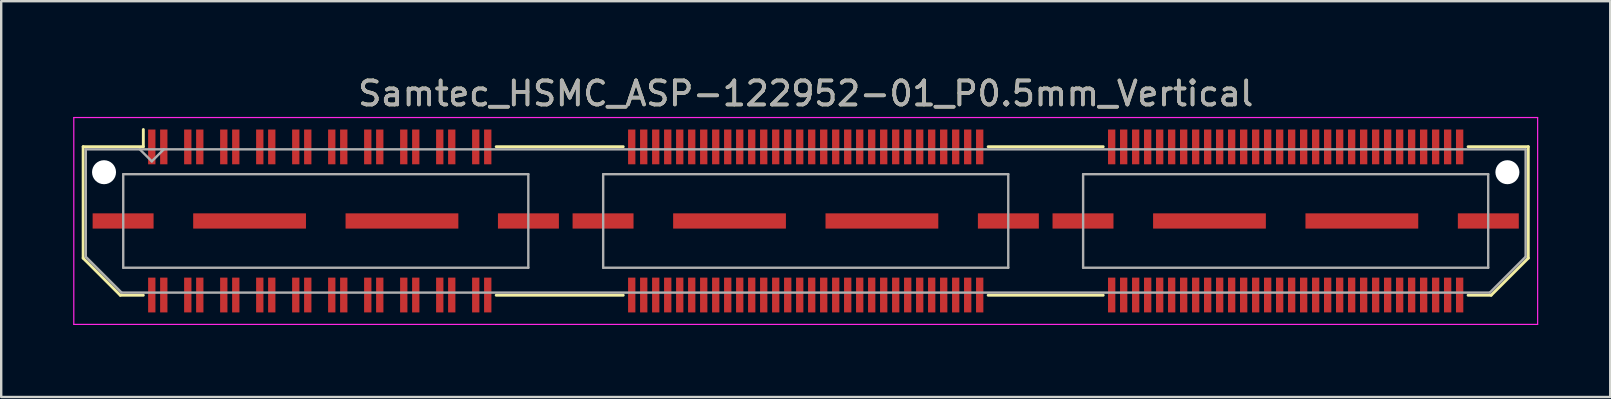
<source format=kicad_pcb>
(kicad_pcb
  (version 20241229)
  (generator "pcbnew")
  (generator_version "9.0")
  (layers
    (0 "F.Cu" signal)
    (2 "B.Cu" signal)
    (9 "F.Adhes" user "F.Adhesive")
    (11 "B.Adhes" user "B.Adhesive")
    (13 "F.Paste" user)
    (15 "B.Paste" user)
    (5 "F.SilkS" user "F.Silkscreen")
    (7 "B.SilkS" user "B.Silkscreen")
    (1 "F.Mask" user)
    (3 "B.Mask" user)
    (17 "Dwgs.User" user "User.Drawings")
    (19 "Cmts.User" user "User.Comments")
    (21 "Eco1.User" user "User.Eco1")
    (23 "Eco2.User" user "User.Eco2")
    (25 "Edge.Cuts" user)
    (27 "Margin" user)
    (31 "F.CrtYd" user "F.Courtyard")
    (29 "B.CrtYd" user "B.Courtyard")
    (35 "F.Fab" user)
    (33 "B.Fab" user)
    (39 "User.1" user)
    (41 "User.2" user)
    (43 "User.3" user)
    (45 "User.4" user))
  (footprint "Samtec_HSMC_ASP-122952-01_P0.5mm_Vertical"
    (layer "F.Cu")
    (at 30.525 6.158)
    (property "Reference" "Samtec_HSMC_ASP-122952-01_P0.5mm_Vertical" (at 0 -5.31 0) (layer "F.SilkS") (effects (font (size 1 1) (thickness 0.15))))
    (attr smd)
    (fp_line (start -30.11 -3.095) (end -30.11 1.548) (stroke (width 0.12) (type solid)) (layer "F.SilkS"))
    (fp_line (start -30.11 1.548) (end -28.562 3.095) (stroke (width 0.12) (type solid)) (layer "F.SilkS"))
    (fp_line (start -28.562 3.095) (end -27.602 3.095) (stroke (width 0.12) (type solid)) (layer "F.SilkS"))
    (fp_line (start -27.602 -3.811) (end -27.602 -3.095) (stroke (width 0.12) (type solid)) (layer "F.SilkS"))
    (fp_line (start -27.602 -3.095) (end -30.11 -3.095) (stroke (width 0.12) (type solid)) (layer "F.SilkS"))
    (fp_line (start -12.898 -3.095) (end -7.603 -3.095) (stroke (width 0.12) (type solid)) (layer "F.SilkS"))
    (fp_line (start -12.898 3.095) (end -7.603 3.095) (stroke (width 0.12) (type solid)) (layer "F.SilkS"))
    (fp_line (start 7.603 -3.095) (end 12.398 -3.095) (stroke (width 0.12) (type solid)) (layer "F.SilkS"))
    (fp_line (start 7.603 3.095) (end 12.398 3.095) (stroke (width 0.12) (type solid)) (layer "F.SilkS"))
    (fp_line (start 27.602 -3.095) (end 30.11 -3.095) (stroke (width 0.12) (type solid)) (layer "F.SilkS"))
    (fp_line (start 28.562 3.095) (end 27.602 3.095) (stroke (width 0.12) (type solid)) (layer "F.SilkS"))
    (fp_line (start 30.11 -3.095) (end 30.11 1.548) (stroke (width 0.12) (type solid)) (layer "F.SilkS"))
    (fp_line (start 30.11 1.548) (end 28.562 3.095) (stroke (width 0.12) (type solid)) (layer "F.SilkS"))
    (fp_line (start -30.5 -4.31) (end -30.5 4.31) (stroke (width 0.05) (type solid)) (layer "F.CrtYd"))
    (fp_line (start -30.5 4.31) (end 30.5 4.31) (stroke (width 0.05) (type solid)) (layer "F.CrtYd"))
    (fp_line (start 30.5 -4.31) (end -30.5 -4.31) (stroke (width 0.05) (type solid)) (layer "F.CrtYd"))
    (fp_line (start 30.5 4.31) (end 30.5 -4.31) (stroke (width 0.05) (type solid)) (layer "F.CrtYd"))
    (fp_line (start -30 -2.985) (end -30 1.492) (stroke (width 0.1) (type solid)) (layer "F.Fab"))
    (fp_line (start -30 -2.985) (end 30 -2.985) (stroke (width 0.1) (type solid)) (layer "F.Fab"))
    (fp_line (start -30 1.492) (end -28.508 2.985) (stroke (width 0.1) (type solid)) (layer "F.Fab"))
    (fp_line (start -28.508 2.985) (end 28.508 2.985) (stroke (width 0.1) (type solid)) (layer "F.Fab"))
    (fp_line (start -28.44 -1.95) (end -28.44 1.95) (stroke (width 0.1) (type solid)) (layer "F.Fab"))
    (fp_line (start -28.44 1.95) (end -11.56 1.95) (stroke (width 0.1) (type solid)) (layer "F.Fab"))
    (fp_line (start -27.25 -2.485) (end -27.75 -2.985) (stroke (width 0.1) (type solid)) (layer "F.Fab"))
    (fp_line (start -26.75 -2.985) (end -27.25 -2.485) (stroke (width 0.1) (type solid)) (layer "F.Fab"))
    (fp_line (start -11.56 -1.95) (end -28.44 -1.95) (stroke (width 0.1) (type solid)) (layer "F.Fab"))
    (fp_line (start -11.56 1.95) (end -11.56 -1.95) (stroke (width 0.1) (type solid)) (layer "F.Fab"))
    (fp_line (start -8.44 -1.95) (end -8.44 1.95) (stroke (width 0.1) (type solid)) (layer "F.Fab"))
    (fp_line (start -8.44 1.95) (end 8.44 1.95) (stroke (width 0.1) (type solid)) (layer "F.Fab"))
    (fp_line (start 8.44 -1.95) (end -8.44 -1.95) (stroke (width 0.1) (type solid)) (layer "F.Fab"))
    (fp_line (start 8.44 1.95) (end 8.44 -1.95) (stroke (width 0.1) (type solid)) (layer "F.Fab"))
    (fp_line (start 11.56 -1.95) (end 11.56 1.95) (stroke (width 0.1) (type solid)) (layer "F.Fab"))
    (fp_line (start 11.56 1.95) (end 28.44 1.95) (stroke (width 0.1) (type solid)) (layer "F.Fab"))
    (fp_line (start 28.44 -1.95) (end 11.56 -1.95) (stroke (width 0.1) (type solid)) (layer "F.Fab"))
    (fp_line (start 28.44 1.95) (end 28.44 -1.95) (stroke (width 0.1) (type solid)) (layer "F.Fab"))
    (fp_line (start 30 -2.985) (end 30 1.492) (stroke (width 0.1) (type solid)) (layer "F.Fab"))
    (fp_line (start 30 1.492) (end 28.508 2.985) (stroke (width 0.1) (type solid)) (layer "F.Fab"))
    (fp_text user "${REFERENCE}" (at 0 -5.31 0) (layer "F.Fab") (effects (font (size 1 1) (thickness 0.15))))
    (pad "" np_thru_hole circle (at -29.24 -2.032) (size 1 1) (drill 1) (layers "*.Cu" "*.Mask"))
    (pad "" np_thru_hole circle (at 29.24 -2.032) (size 1 1) (drill 1) (layers "*.Cu" "*.Mask"))
    (pad "1" smd rect (at -27.25 -3.086) (size 0.305 1.45) (layers "F.Cu" "F.Mask" "F.Paste"))
    (pad "2" smd rect (at -27.25 3.086) (size 0.305 1.45) (layers "F.Cu" "F.Mask" "F.Paste"))
    (pad "3" smd rect (at -26.75 -3.086) (size 0.305 1.45) (layers "F.Cu" "F.Mask" "F.Paste"))
    (pad "4" smd rect (at -26.75 3.086) (size 0.305 1.45) (layers "F.Cu" "F.Mask" "F.Paste"))
    (pad "5" smd rect (at -25.75 -3.086) (size 0.305 1.45) (layers "F.Cu" "F.Mask" "F.Paste"))
    (pad "6" smd rect (at -25.75 3.086) (size 0.305 1.45) (layers "F.Cu" "F.Mask" "F.Paste"))
    (pad "7" smd rect (at -25.25 -3.086) (size 0.305 1.45) (layers "F.Cu" "F.Mask" "F.Paste"))
    (pad "8" smd rect (at -25.25 3.086) (size 0.305 1.45) (layers "F.Cu" "F.Mask" "F.Paste"))
    (pad "9" smd rect (at -24.25 -3.086) (size 0.305 1.45) (layers "F.Cu" "F.Mask" "F.Paste"))
    (pad "10" smd rect (at -24.25 3.086) (size 0.305 1.45) (layers "F.Cu" "F.Mask" "F.Paste"))
    (pad "11" smd rect (at -23.75 -3.086) (size 0.305 1.45) (layers "F.Cu" "F.Mask" "F.Paste"))
    (pad "12" smd rect (at -23.75 3.086) (size 0.305 1.45) (layers "F.Cu" "F.Mask" "F.Paste"))
    (pad "13" smd rect (at -22.75 -3.086) (size 0.305 1.45) (layers "F.Cu" "F.Mask" "F.Paste"))
    (pad "14" smd rect (at -22.75 3.086) (size 0.305 1.45) (layers "F.Cu" "F.Mask" "F.Paste"))
    (pad "15" smd rect (at -22.25 -3.086) (size 0.305 1.45) (layers "F.Cu" "F.Mask" "F.Paste"))
    (pad "16" smd rect (at -22.25 3.086) (size 0.305 1.45) (layers "F.Cu" "F.Mask" "F.Paste"))
    (pad "17" smd rect (at -21.25 -3.086) (size 0.305 1.45) (layers "F.Cu" "F.Mask" "F.Paste"))
    (pad "18" smd rect (at -21.25 3.086) (size 0.305 1.45) (layers "F.Cu" "F.Mask" "F.Paste"))
    (pad "19" smd rect (at -20.75 -3.086) (size 0.305 1.45) (layers "F.Cu" "F.Mask" "F.Paste"))
    (pad "20" smd rect (at -20.75 3.086) (size 0.305 1.45) (layers "F.Cu" "F.Mask" "F.Paste"))
    (pad "21" smd rect (at -19.75 -3.086) (size 0.305 1.45) (layers "F.Cu" "F.Mask" "F.Paste"))
    (pad "22" smd rect (at -19.75 3.086) (size 0.305 1.45) (layers "F.Cu" "F.Mask" "F.Paste"))
    (pad "23" smd rect (at -19.25 -3.086) (size 0.305 1.45) (layers "F.Cu" "F.Mask" "F.Paste"))
    (pad "24" smd rect (at -19.25 3.086) (size 0.305 1.45) (layers "F.Cu" "F.Mask" "F.Paste"))
    (pad "25" smd rect (at -18.25 -3.086) (size 0.305 1.45) (layers "F.Cu" "F.Mask" "F.Paste"))
    (pad "26" smd rect (at -18.25 3.086) (size 0.305 1.45) (layers "F.Cu" "F.Mask" "F.Paste"))
    (pad "27" smd rect (at -17.75 -3.086) (size 0.305 1.45) (layers "F.Cu" "F.Mask" "F.Paste"))
    (pad "28" smd rect (at -17.75 3.086) (size 0.305 1.45) (layers "F.Cu" "F.Mask" "F.Paste"))
    (pad "29" smd rect (at -16.75 -3.086) (size 0.305 1.45) (layers "F.Cu" "F.Mask" "F.Paste"))
    (pad "30" smd rect (at -16.75 3.086) (size 0.305 1.45) (layers "F.Cu" "F.Mask" "F.Paste"))
    (pad "31" smd rect (at -16.25 -3.086) (size 0.305 1.45) (layers "F.Cu" "F.Mask" "F.Paste"))
    (pad "32" smd rect (at -16.25 3.086) (size 0.305 1.45) (layers "F.Cu" "F.Mask" "F.Paste"))
    (pad "33" smd rect (at -15.25 -3.086) (size 0.305 1.45) (layers "F.Cu" "F.Mask" "F.Paste"))
    (pad "34" smd rect (at -15.25 3.086) (size 0.305 1.45) (layers "F.Cu" "F.Mask" "F.Paste"))
    (pad "35" smd rect (at -14.75 -3.086) (size 0.305 1.45) (layers "F.Cu" "F.Mask" "F.Paste"))
    (pad "36" smd rect (at -14.75 3.086) (size 0.305 1.45) (layers "F.Cu" "F.Mask" "F.Paste"))
    (pad "37" smd rect (at -13.75 -3.086) (size 0.305 1.45) (layers "F.Cu" "F.Mask" "F.Paste"))
    (pad "38" smd rect (at -13.75 3.086) (size 0.305 1.45) (layers "F.Cu" "F.Mask" "F.Paste"))
    (pad "39" smd rect (at -13.25 -3.086) (size 0.305 1.45) (layers "F.Cu" "F.Mask" "F.Paste"))
    (pad "40" smd rect (at -13.25 3.086) (size 0.305 1.45) (layers "F.Cu" "F.Mask" "F.Paste"))
    (pad "41" smd rect (at -7.25 -3.086) (size 0.305 1.45) (layers "F.Cu" "F.Mask" "F.Paste"))
    (pad "42" smd rect (at -7.25 3.086) (size 0.305 1.45) (layers "F.Cu" "F.Mask" "F.Paste"))
    (pad "43" smd rect (at -6.75 -3.086) (size 0.305 1.45) (layers "F.Cu" "F.Mask" "F.Paste"))
    (pad "44" smd rect (at -6.75 3.086) (size 0.305 1.45) (layers "F.Cu" "F.Mask" "F.Paste"))
    (pad "45" smd rect (at -6.25 -3.086) (size 0.305 1.45) (layers "F.Cu" "F.Mask" "F.Paste"))
    (pad "46" smd rect (at -6.25 3.086) (size 0.305 1.45) (layers "F.Cu" "F.Mask" "F.Paste"))
    (pad "47" smd rect (at -5.75 -3.086) (size 0.305 1.45) (layers "F.Cu" "F.Mask" "F.Paste"))
    (pad "48" smd rect (at -5.75 3.086) (size 0.305 1.45) (layers "F.Cu" "F.Mask" "F.Paste"))
    (pad "49" smd rect (at -5.25 -3.086) (size 0.305 1.45) (layers "F.Cu" "F.Mask" "F.Paste"))
    (pad "50" smd rect (at -5.25 3.086) (size 0.305 1.45) (layers "F.Cu" "F.Mask" "F.Paste"))
    (pad "51" smd rect (at -4.75 -3.086) (size 0.305 1.45) (layers "F.Cu" "F.Mask" "F.Paste"))
    (pad "52" smd rect (at -4.75 3.086) (size 0.305 1.45) (layers "F.Cu" "F.Mask" "F.Paste"))
    (pad "53" smd rect (at -4.25 -3.086) (size 0.305 1.45) (layers "F.Cu" "F.Mask" "F.Paste"))
    (pad "54" smd rect (at -4.25 3.086) (size 0.305 1.45) (layers "F.Cu" "F.Mask" "F.Paste"))
    (pad "55" smd rect (at -3.75 -3.086) (size 0.305 1.45) (layers "F.Cu" "F.Mask" "F.Paste"))
    (pad "56" smd rect (at -3.75 3.086) (size 0.305 1.45) (layers "F.Cu" "F.Mask" "F.Paste"))
    (pad "57" smd rect (at -3.25 -3.086) (size 0.305 1.45) (layers "F.Cu" "F.Mask" "F.Paste"))
    (pad "58" smd rect (at -3.25 3.086) (size 0.305 1.45) (layers "F.Cu" "F.Mask" "F.Paste"))
    (pad "59" smd rect (at -2.75 -3.086) (size 0.305 1.45) (layers "F.Cu" "F.Mask" "F.Paste"))
    (pad "60" smd rect (at -2.75 3.086) (size 0.305 1.45) (layers "F.Cu" "F.Mask" "F.Paste"))
    (pad "61" smd rect (at -2.25 -3.086) (size 0.305 1.45) (layers "F.Cu" "F.Mask" "F.Paste"))
    (pad "62" smd rect (at -2.25 3.086) (size 0.305 1.45) (layers "F.Cu" "F.Mask" "F.Paste"))
    (pad "63" smd rect (at -1.75 -3.086) (size 0.305 1.45) (layers "F.Cu" "F.Mask" "F.Paste"))
    (pad "64" smd rect (at -1.75 3.086) (size 0.305 1.45) (layers "F.Cu" "F.Mask" "F.Paste"))
    (pad "65" smd rect (at -1.25 -3.086) (size 0.305 1.45) (layers "F.Cu" "F.Mask" "F.Paste"))
    (pad "66" smd rect (at -1.25 3.086) (size 0.305 1.45) (layers "F.Cu" "F.Mask" "F.Paste"))
    (pad "67" smd rect (at -0.75 -3.086) (size 0.305 1.45) (layers "F.Cu" "F.Mask" "F.Paste"))
    (pad "68" smd rect (at -0.75 3.086) (size 0.305 1.45) (layers "F.Cu" "F.Mask" "F.Paste"))
    (pad "69" smd rect (at -0.25 -3.086) (size 0.305 1.45) (layers "F.Cu" "F.Mask" "F.Paste"))
    (pad "70" smd rect (at -0.25 3.086) (size 0.305 1.45) (layers "F.Cu" "F.Mask" "F.Paste"))
    (pad "71" smd rect (at 0.25 -3.086) (size 0.305 1.45) (layers "F.Cu" "F.Mask" "F.Paste"))
    (pad "72" smd rect (at 0.25 3.086) (size 0.305 1.45) (layers "F.Cu" "F.Mask" "F.Paste"))
    (pad "73" smd rect (at 0.75 -3.086) (size 0.305 1.45) (layers "F.Cu" "F.Mask" "F.Paste"))
    (pad "74" smd rect (at 0.75 3.086) (size 0.305 1.45) (layers "F.Cu" "F.Mask" "F.Paste"))
    (pad "75" smd rect (at 1.25 -3.086) (size 0.305 1.45) (layers "F.Cu" "F.Mask" "F.Paste"))
    (pad "76" smd rect (at 1.25 3.086) (size 0.305 1.45) (layers "F.Cu" "F.Mask" "F.Paste"))
    (pad "77" smd rect (at 1.75 -3.086) (size 0.305 1.45) (layers "F.Cu" "F.Mask" "F.Paste"))
    (pad "78" smd rect (at 1.75 3.086) (size 0.305 1.45) (layers "F.Cu" "F.Mask" "F.Paste"))
    (pad "79" smd rect (at 2.25 -3.086) (size 0.305 1.45) (layers "F.Cu" "F.Mask" "F.Paste"))
    (pad "80" smd rect (at 2.25 3.086) (size 0.305 1.45) (layers "F.Cu" "F.Mask" "F.Paste"))
    (pad "81" smd rect (at 2.75 -3.086) (size 0.305 1.45) (layers "F.Cu" "F.Mask" "F.Paste"))
    (pad "82" smd rect (at 2.75 3.086) (size 0.305 1.45) (layers "F.Cu" "F.Mask" "F.Paste"))
    (pad "83" smd rect (at 3.25 -3.086) (size 0.305 1.45) (layers "F.Cu" "F.Mask" "F.Paste"))
    (pad "84" smd rect (at 3.25 3.086) (size 0.305 1.45) (layers "F.Cu" "F.Mask" "F.Paste"))
    (pad "85" smd rect (at 3.75 -3.086) (size 0.305 1.45) (layers "F.Cu" "F.Mask" "F.Paste"))
    (pad "86" smd rect (at 3.75 3.086) (size 0.305 1.45) (layers "F.Cu" "F.Mask" "F.Paste"))
    (pad "87" smd rect (at 4.25 -3.086) (size 0.305 1.45) (layers "F.Cu" "F.Mask" "F.Paste"))
    (pad "88" smd rect (at 4.25 3.086) (size 0.305 1.45) (layers "F.Cu" "F.Mask" "F.Paste"))
    (pad "89" smd rect (at 4.75 -3.086) (size 0.305 1.45) (layers "F.Cu" "F.Mask" "F.Paste"))
    (pad "90" smd rect (at 4.75 3.086) (size 0.305 1.45) (layers "F.Cu" "F.Mask" "F.Paste"))
    (pad "91" smd rect (at 5.25 -3.086) (size 0.305 1.45) (layers "F.Cu" "F.Mask" "F.Paste"))
    (pad "92" smd rect (at 5.25 3.086) (size 0.305 1.45) (layers "F.Cu" "F.Mask" "F.Paste"))
    (pad "93" smd rect (at 5.75 -3.086) (size 0.305 1.45) (layers "F.Cu" "F.Mask" "F.Paste"))
    (pad "94" smd rect (at 5.75 3.086) (size 0.305 1.45) (layers "F.Cu" "F.Mask" "F.Paste"))
    (pad "95" smd rect (at 6.25 -3.086) (size 0.305 1.45) (layers "F.Cu" "F.Mask" "F.Paste"))
    (pad "96" smd rect (at 6.25 3.086) (size 0.305 1.45) (layers "F.Cu" "F.Mask" "F.Paste"))
    (pad "97" smd rect (at 6.75 -3.086) (size 0.305 1.45) (layers "F.Cu" "F.Mask" "F.Paste"))
    (pad "98" smd rect (at 6.75 3.086) (size 0.305 1.45) (layers "F.Cu" "F.Mask" "F.Paste"))
    (pad "99" smd rect (at 7.25 -3.086) (size 0.305 1.45) (layers "F.Cu" "F.Mask" "F.Paste"))
    (pad "100" smd rect (at 7.25 3.086) (size 0.305 1.45) (layers "F.Cu" "F.Mask" "F.Paste"))
    (pad "101" smd rect (at 12.75 -3.086) (size 0.305 1.45) (layers "F.Cu" "F.Mask" "F.Paste"))
    (pad "102" smd rect (at 12.75 3.086) (size 0.305 1.45) (layers "F.Cu" "F.Mask" "F.Paste"))
    (pad "103" smd rect (at 13.25 -3.086) (size 0.305 1.45) (layers "F.Cu" "F.Mask" "F.Paste"))
    (pad "104" smd rect (at 13.25 3.086) (size 0.305 1.45) (layers "F.Cu" "F.Mask" "F.Paste"))
    (pad "105" smd rect (at 13.75 -3.086) (size 0.305 1.45) (layers "F.Cu" "F.Mask" "F.Paste"))
    (pad "106" smd rect (at 13.75 3.086) (size 0.305 1.45) (layers "F.Cu" "F.Mask" "F.Paste"))
    (pad "107" smd rect (at 14.25 -3.086) (size 0.305 1.45) (layers "F.Cu" "F.Mask" "F.Paste"))
    (pad "108" smd rect (at 14.25 3.086) (size 0.305 1.45) (layers "F.Cu" "F.Mask" "F.Paste"))
    (pad "109" smd rect (at 14.75 -3.086) (size 0.305 1.45) (layers "F.Cu" "F.Mask" "F.Paste"))
    (pad "110" smd rect (at 14.75 3.086) (size 0.305 1.45) (layers "F.Cu" "F.Mask" "F.Paste"))
    (pad "111" smd rect (at 15.25 -3.086) (size 0.305 1.45) (layers "F.Cu" "F.Mask" "F.Paste"))
    (pad "112" smd rect (at 15.25 3.086) (size 0.305 1.45) (layers "F.Cu" "F.Mask" "F.Paste"))
    (pad "113" smd rect (at 15.75 -3.086) (size 0.305 1.45) (layers "F.Cu" "F.Mask" "F.Paste"))
    (pad "114" smd rect (at 15.75 3.086) (size 0.305 1.45) (layers "F.Cu" "F.Mask" "F.Paste"))
    (pad "115" smd rect (at 16.25 -3.086) (size 0.305 1.45) (layers "F.Cu" "F.Mask" "F.Paste"))
    (pad "116" smd rect (at 16.25 3.086) (size 0.305 1.45) (layers "F.Cu" "F.Mask" "F.Paste"))
    (pad "117" smd rect (at 16.75 -3.086) (size 0.305 1.45) (layers "F.Cu" "F.Mask" "F.Paste"))
    (pad "118" smd rect (at 16.75 3.086) (size 0.305 1.45) (layers "F.Cu" "F.Mask" "F.Paste"))
    (pad "119" smd rect (at 17.25 -3.086) (size 0.305 1.45) (layers "F.Cu" "F.Mask" "F.Paste"))
    (pad "120" smd rect (at 17.25 3.086) (size 0.305 1.45) (layers "F.Cu" "F.Mask" "F.Paste"))
    (pad "121" smd rect (at 17.75 -3.086) (size 0.305 1.45) (layers "F.Cu" "F.Mask" "F.Paste"))
    (pad "122" smd rect (at 17.75 3.086) (size 0.305 1.45) (layers "F.Cu" "F.Mask" "F.Paste"))
    (pad "123" smd rect (at 18.25 -3.086) (size 0.305 1.45) (layers "F.Cu" "F.Mask" "F.Paste"))
    (pad "124" smd rect (at 18.25 3.086) (size 0.305 1.45) (layers "F.Cu" "F.Mask" "F.Paste"))
    (pad "125" smd rect (at 18.75 -3.086) (size 0.305 1.45) (layers "F.Cu" "F.Mask" "F.Paste"))
    (pad "126" smd rect (at 18.75 3.086) (size 0.305 1.45) (layers "F.Cu" "F.Mask" "F.Paste"))
    (pad "127" smd rect (at 19.25 -3.086) (size 0.305 1.45) (layers "F.Cu" "F.Mask" "F.Paste"))
    (pad "128" smd rect (at 19.25 3.086) (size 0.305 1.45) (layers "F.Cu" "F.Mask" "F.Paste"))
    (pad "129" smd rect (at 19.75 -3.086) (size 0.305 1.45) (layers "F.Cu" "F.Mask" "F.Paste"))
    (pad "130" smd rect (at 19.75 3.086) (size 0.305 1.45) (layers "F.Cu" "F.Mask" "F.Paste"))
    (pad "131" smd rect (at 20.25 -3.086) (size 0.305 1.45) (layers "F.Cu" "F.Mask" "F.Paste"))
    (pad "132" smd rect (at 20.25 3.086) (size 0.305 1.45) (layers "F.Cu" "F.Mask" "F.Paste"))
    (pad "133" smd rect (at 20.75 -3.086) (size 0.305 1.45) (layers "F.Cu" "F.Mask" "F.Paste"))
    (pad "134" smd rect (at 20.75 3.086) (size 0.305 1.45) (layers "F.Cu" "F.Mask" "F.Paste"))
    (pad "135" smd rect (at 21.25 -3.086) (size 0.305 1.45) (layers "F.Cu" "F.Mask" "F.Paste"))
    (pad "136" smd rect (at 21.25 3.086) (size 0.305 1.45) (layers "F.Cu" "F.Mask" "F.Paste"))
    (pad "137" smd rect (at 21.75 -3.086) (size 0.305 1.45) (layers "F.Cu" "F.Mask" "F.Paste"))
    (pad "138" smd rect (at 21.75 3.086) (size 0.305 1.45) (layers "F.Cu" "F.Mask" "F.Paste"))
    (pad "139" smd rect (at 22.25 -3.086) (size 0.305 1.45) (layers "F.Cu" "F.Mask" "F.Paste"))
    (pad "140" smd rect (at 22.25 3.086) (size 0.305 1.45) (layers "F.Cu" "F.Mask" "F.Paste"))
    (pad "141" smd rect (at 22.75 -3.086) (size 0.305 1.45) (layers "F.Cu" "F.Mask" "F.Paste"))
    (pad "142" smd rect (at 22.75 3.086) (size 0.305 1.45) (layers "F.Cu" "F.Mask" "F.Paste"))
    (pad "143" smd rect (at 23.25 -3.086) (size 0.305 1.45) (layers "F.Cu" "F.Mask" "F.Paste"))
    (pad "144" smd rect (at 23.25 3.086) (size 0.305 1.45) (layers "F.Cu" "F.Mask" "F.Paste"))
    (pad "145" smd rect (at 23.75 -3.086) (size 0.305 1.45) (layers "F.Cu" "F.Mask" "F.Paste"))
    (pad "146" smd rect (at 23.75 3.086) (size 0.305 1.45) (layers "F.Cu" "F.Mask" "F.Paste"))
    (pad "147" smd rect (at 24.25 -3.086) (size 0.305 1.45) (layers "F.Cu" "F.Mask" "F.Paste"))
    (pad "148" smd rect (at 24.25 3.086) (size 0.305 1.45) (layers "F.Cu" "F.Mask" "F.Paste"))
    (pad "149" smd rect (at 24.75 -3.086) (size 0.305 1.45) (layers "F.Cu" "F.Mask" "F.Paste"))
    (pad "150" smd rect (at 24.75 3.086) (size 0.305 1.45) (layers "F.Cu" "F.Mask" "F.Paste"))
    (pad "151" smd rect (at 25.25 -3.086) (size 0.305 1.45) (layers "F.Cu" "F.Mask" "F.Paste"))
    (pad "152" smd rect (at 25.25 3.086) (size 0.305 1.45) (layers "F.Cu" "F.Mask" "F.Paste"))
    (pad "153" smd rect (at 25.75 -3.086) (size 0.305 1.45) (layers "F.Cu" "F.Mask" "F.Paste"))
    (pad "154" smd rect (at 25.75 3.086) (size 0.305 1.45) (layers "F.Cu" "F.Mask" "F.Paste"))
    (pad "155" smd rect (at 26.25 -3.086) (size 0.305 1.45) (layers "F.Cu" "F.Mask" "F.Paste"))
    (pad "156" smd rect (at 26.25 3.086) (size 0.305 1.45) (layers "F.Cu" "F.Mask" "F.Paste"))
    (pad "157" smd rect (at 26.75 -3.086) (size 0.305 1.45) (layers "F.Cu" "F.Mask" "F.Paste"))
    (pad "158" smd rect (at 26.75 3.086) (size 0.305 1.45) (layers "F.Cu" "F.Mask" "F.Paste"))
    (pad "159" smd rect (at 27.25 -3.086) (size 0.305 1.45) (layers "F.Cu" "F.Mask" "F.Paste"))
    (pad "160" smd rect (at 27.25 3.086) (size 0.305 1.45) (layers "F.Cu" "F.Mask" "F.Paste"))
    (pad "P1" smd rect (at -28.445 0) (size 2.54 0.635) (layers "F.Cu" "F.Mask" "F.Paste"))
    (pad "P1" smd rect (at -23.175 0) (size 4.7 0.635) (layers "F.Cu" "F.Mask" "F.Paste"))
    (pad "P1" smd rect (at -16.825 0) (size 4.7 0.635) (layers "F.Cu" "F.Mask" "F.Paste"))
    (pad "P1" smd rect (at -11.555 0) (size 2.54 0.635) (layers "F.Cu" "F.Mask" "F.Paste"))
    (pad "P2" smd rect (at -8.445 0) (size 2.54 0.635) (layers "F.Cu" "F.Mask" "F.Paste"))
    (pad "P2" smd rect (at -3.175 0) (size 4.7 0.635) (layers "F.Cu" "F.Mask" "F.Paste"))
    (pad "P2" smd rect (at 3.175 0) (size 4.7 0.635) (layers "F.Cu" "F.Mask" "F.Paste"))
    (pad "P2" smd rect (at 8.445 0) (size 2.54 0.635) (layers "F.Cu" "F.Mask" "F.Paste"))
    (pad "P3" smd rect (at 11.555 0) (size 2.54 0.635) (layers "F.Cu" "F.Mask" "F.Paste"))
    (pad "P3" smd rect (at 16.825 0) (size 4.7 0.635) (layers "F.Cu" "F.Mask" "F.Paste"))
    (pad "P3" smd rect (at 23.175 0) (size 4.7 0.635) (layers "F.Cu" "F.Mask" "F.Paste"))
    (pad "P3" smd rect (at 28.445 0) (size 2.54 0.635) (layers "F.Cu" "F.Mask" "F.Paste")))
  (gr_rect
    (start -3 -3)
    (end 64.05 13.493)
    (stroke (width 0.1) (type default))
    (fill no)
    (layer "Edge.Cuts")))
</source>
